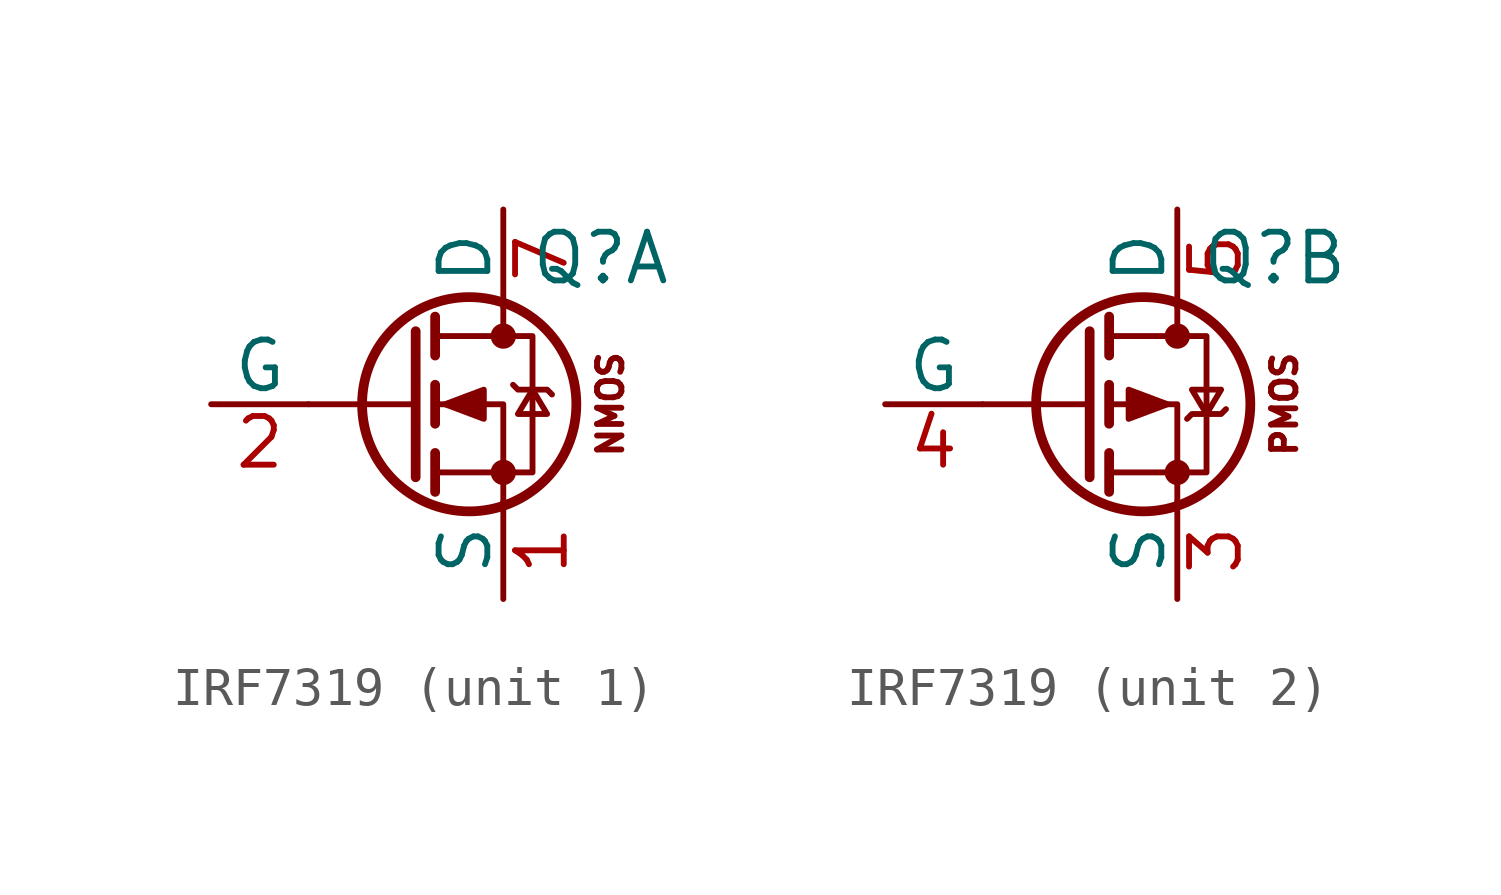
<source format=kicad_sym>
(kicad_symbol_lib
  (version 20220914)
  (generator kicad_symbol_editor)
  (symbol "IRF7319"
    (pin_names
      (offset 0))
    (property "Reference" "Q"
      (at 2.54 3.81 0)
      (effects (font (size 1.27 1.27))))
    (property "Value" ""
      (at -6.35 -3.81 0)
      (effects (font (size 1.27 1.27))))
    (property "ki_locked" ""
      (at 0 0 0)
      (effects (font (size 1.27 1.27))))
    (symbol "IRF7319_0_1"
      (circle (center -0.889 0) (radius 2.794) (stroke (width 0.254) (type default)) (fill (type none)))
      (circle (center 0 -1.778) (radius 0.254) (stroke (width 0) (type default)) (fill (type outline)))
      (polyline (pts (xy -2.286 0) (xy -5.08 0)) (stroke (width 0) (type default)) (fill (type none)))
      (polyline (pts (xy -2.286 1.905) (xy -2.286 -1.905)) (stroke (width 0.254) (type default)) (fill (type none)))
      (polyline (pts (xy -1.778 -1.27) (xy -1.778 -2.286)) (stroke (width 0.254) (type default)) (fill (type none)))
      (polyline (pts (xy -1.778 0.508) (xy -1.778 -0.508)) (stroke (width 0.254) (type default)) (fill (type none)))
      (polyline (pts (xy -1.778 2.286) (xy -1.778 1.27)) (stroke (width 0.254) (type default)) (fill (type none)))
      (polyline (pts (xy 0 2.54) (xy 0 1.778)) (stroke (width 0) (type default)) (fill (type none)))
      (polyline (pts (xy 0 -2.54) (xy 0 0) (xy -1.778 0)) (stroke (width 0) (type default)) (fill (type none)))
      (polyline (pts (xy -1.778 -1.778) (xy 0.762 -1.778) (xy 0.762 1.778) (xy -1.778 1.778)) (stroke (width 0) (type default)) (fill (type none)))
      (circle (center 0 1.778) (radius 0.254) (stroke (width 0) (type default)) (fill (type outline))))
    (symbol "IRF7319_1_1"
      (polyline (pts (xy -1.524 0) (xy -0.508 0.381) (xy -0.508 -0.381) (xy -1.524 0)) (stroke (width 0) (type default)) (fill (type outline)))
      (polyline (pts (xy 0.254 0.508) (xy 0.381 0.381) (xy 1.143 0.381) (xy 1.27 0.254)) (stroke (width 0) (type default)) (fill (type none)))
      (polyline (pts (xy 0.762 0.381) (xy 0.381 -0.254) (xy 1.143 -0.254) (xy 0.762 0.381)) (stroke (width 0) (type default)) (fill (type none)))
      (text "NMOS" (at 2.794 0 900) (effects (font (size 0.635 0.635))))
      (pin passive line (at 0 -5.08 90) (length 2.54) (name "S" (effects (font (size 1.27 1.27)))) (number "1" (effects (font (size 1.27 1.27)))))
      (pin input line (at -7.62 0 0) (length 2.54) (name "G" (effects (font (size 1.27 1.27)))) (number "2" (effects (font (size 1.27 1.27)))))
      (pin passive line (at 0 5.08 270) (length 2.54) (name "D" (effects (font (size 1.27 1.27)))) (number "7" (effects (font (size 1.27 1.27)))))
      (pin passive line (at 0 5.08 270) (length 2.54) hide (name "D" (effects (font (size 1.27 1.27)))) (number "8" (effects (font (size 1.27 1.27))))))
    (symbol "IRF7319_2_1"
      (polyline (pts (xy -0.254 0) (xy -1.27 0.381) (xy -1.27 -0.381) (xy -0.254 0)) (stroke (width 0) (type default)) (fill (type outline)))
      (polyline (pts (xy 0.254 -0.381) (xy 0.381 -0.254) (xy 1.143 -0.254) (xy 1.27 -0.127)) (stroke (width 0) (type default)) (fill (type none)))
      (polyline (pts (xy 0.762 -0.254) (xy 0.381 0.381) (xy 1.143 0.381) (xy 0.762 -0.254)) (stroke (width 0) (type default)) (fill (type none)))
      (text "PMOS" (at 2.794 0 900) (effects (font (size 0.635 0.635))))
      (pin passive line (at 0 -5.08 90) (length 2.54) (name "S" (effects (font (size 1.27 1.27)))) (number "3" (effects (font (size 1.27 1.27)))))
      (pin input line (at -7.62 0 0) (length 2.54) (name "G" (effects (font (size 1.27 1.27)))) (number "4" (effects (font (size 1.27 1.27)))))
      (pin passive line (at 0 5.08 270) (length 2.54) (name "D" (effects (font (size 1.27 1.27)))) (number "5" (effects (font (size 1.27 1.27)))))
      (pin passive line (at 0 5.08 270) (length 2.54) hide (name "D" (effects (font (size 1.27 1.27)))) (number "6" (effects (font (size 1.27 1.27))))))))
</source>
